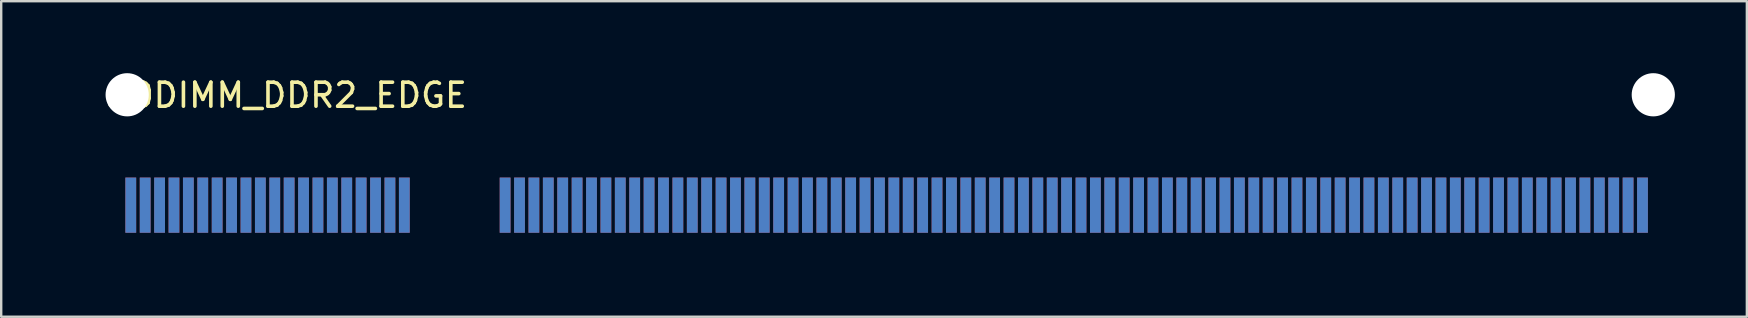
<source format=kicad_pcb>
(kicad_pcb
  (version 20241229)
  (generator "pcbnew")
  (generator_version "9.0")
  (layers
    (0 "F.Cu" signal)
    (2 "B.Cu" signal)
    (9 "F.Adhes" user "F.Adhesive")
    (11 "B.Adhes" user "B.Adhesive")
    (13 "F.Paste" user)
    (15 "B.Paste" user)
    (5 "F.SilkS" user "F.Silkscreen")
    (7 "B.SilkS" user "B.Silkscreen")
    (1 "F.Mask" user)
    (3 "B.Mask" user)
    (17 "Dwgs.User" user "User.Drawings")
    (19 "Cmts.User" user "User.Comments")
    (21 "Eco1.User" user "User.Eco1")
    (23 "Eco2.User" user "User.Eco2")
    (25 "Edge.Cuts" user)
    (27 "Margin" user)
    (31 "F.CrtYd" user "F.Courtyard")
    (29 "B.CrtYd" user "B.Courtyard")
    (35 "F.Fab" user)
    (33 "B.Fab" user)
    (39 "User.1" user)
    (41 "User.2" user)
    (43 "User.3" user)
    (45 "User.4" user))
  (footprint "SODIMM_DDR2_EDGE"
    (layer "F.Cu")
    (at 0.25 6.9)
    (property "Reference" "SODIMM_DDR2_EDGE" (at 8.63 -5.98 0) (layer "F.SilkS") (effects (font (size 1 1) (thickness 0.15))))
    (attr through_hole)
    (pad "" np_thru_hole circle (at 2 -6) (size 1.8 1.8) (drill 1.8) (layers "*.Cu" "*.Mask"))
    (pad "" np_thru_hole circle (at 65.6 -6) (size 1.8 1.8) (drill 1.8) (layers "*.Cu" "*.Mask"))
    (pad "1" smd rect (at 2.15 -1.4) (size 0.45 2.3) (layers "F.Cu" "F.Mask"))
    (pad "2" smd rect (at 2.15 -1.4 180) (size 0.45 2.3) (layers "B.Cu" "B.Mask"))
    (pad "3" smd rect (at 2.75 -1.4) (size 0.45 2.3) (layers "F.Cu" "F.Mask"))
    (pad "4" smd rect (at 2.75 -1.4 180) (size 0.45 2.3) (layers "B.Cu" "B.Mask"))
    (pad "5" smd rect (at 3.35 -1.4) (size 0.45 2.3) (layers "F.Cu" "F.Mask"))
    (pad "6" smd rect (at 3.35 -1.4 180) (size 0.45 2.3) (layers "B.Cu" "B.Mask"))
    (pad "7" smd rect (at 3.95 -1.4) (size 0.45 2.3) (layers "F.Cu" "F.Mask"))
    (pad "8" smd rect (at 3.95 -1.4 180) (size 0.45 2.3) (layers "B.Cu" "B.Mask"))
    (pad "9" smd rect (at 4.55 -1.4) (size 0.45 2.3) (layers "F.Cu" "F.Mask"))
    (pad "10" smd rect (at 4.55 -1.4 180) (size 0.45 2.3) (layers "B.Cu" "B.Mask"))
    (pad "11" smd rect (at 5.15 -1.4) (size 0.45 2.3) (layers "F.Cu" "F.Mask"))
    (pad "12" smd rect (at 5.15 -1.4 180) (size 0.45 2.3) (layers "B.Cu" "B.Mask"))
    (pad "13" smd rect (at 5.75 -1.4) (size 0.45 2.3) (layers "F.Cu" "F.Mask"))
    (pad "14" smd rect (at 5.75 -1.4 180) (size 0.45 2.3) (layers "B.Cu" "B.Mask"))
    (pad "15" smd rect (at 6.35 -1.4) (size 0.45 2.3) (layers "F.Cu" "F.Mask"))
    (pad "16" smd rect (at 6.35 -1.4 180) (size 0.45 2.3) (layers "B.Cu" "B.Mask"))
    (pad "17" smd rect (at 6.95 -1.4) (size 0.45 2.3) (layers "F.Cu" "F.Mask"))
    (pad "18" smd rect (at 6.95 -1.4 180) (size 0.45 2.3) (layers "B.Cu" "B.Mask"))
    (pad "19" smd rect (at 7.55 -1.4) (size 0.45 2.3) (layers "F.Cu" "F.Mask"))
    (pad "20" smd rect (at 7.55 -1.4 180) (size 0.45 2.3) (layers "B.Cu" "B.Mask"))
    (pad "21" smd rect (at 8.15 -1.4) (size 0.45 2.3) (layers "F.Cu" "F.Mask"))
    (pad "22" smd rect (at 8.15 -1.4 180) (size 0.45 2.3) (layers "B.Cu" "B.Mask"))
    (pad "23" smd rect (at 8.75 -1.4) (size 0.45 2.3) (layers "F.Cu" "F.Mask"))
    (pad "24" smd rect (at 8.75 -1.4 180) (size 0.45 2.3) (layers "B.Cu" "B.Mask"))
    (pad "25" smd rect (at 9.35 -1.4) (size 0.45 2.3) (layers "F.Cu" "F.Mask"))
    (pad "26" smd rect (at 9.35 -1.4 180) (size 0.45 2.3) (layers "B.Cu" "B.Mask"))
    (pad "27" smd rect (at 9.95 -1.4) (size 0.45 2.3) (layers "F.Cu" "F.Mask"))
    (pad "28" smd rect (at 9.95 -1.4 180) (size 0.45 2.3) (layers "B.Cu" "B.Mask"))
    (pad "29" smd rect (at 10.55 -1.4) (size 0.45 2.3) (layers "F.Cu" "F.Mask"))
    (pad "30" smd rect (at 10.55 -1.4 180) (size 0.45 2.3) (layers "B.Cu" "B.Mask"))
    (pad "31" smd rect (at 11.15 -1.4) (size 0.45 2.3) (layers "F.Cu" "F.Mask"))
    (pad "32" smd rect (at 11.15 -1.4 180) (size 0.45 2.3) (layers "B.Cu" "B.Mask"))
    (pad "33" smd rect (at 11.75 -1.4) (size 0.45 2.3) (layers "F.Cu" "F.Mask"))
    (pad "34" smd rect (at 11.75 -1.4 180) (size 0.45 2.3) (layers "B.Cu" "B.Mask"))
    (pad "35" smd rect (at 12.35 -1.4) (size 0.45 2.3) (layers "F.Cu" "F.Mask"))
    (pad "36" smd rect (at 12.35 -1.4 180) (size 0.45 2.3) (layers "B.Cu" "B.Mask"))
    (pad "37" smd rect (at 12.95 -1.4) (size 0.45 2.3) (layers "F.Cu" "F.Mask"))
    (pad "38" smd rect (at 12.95 -1.4 180) (size 0.45 2.3) (layers "B.Cu" "B.Mask"))
    (pad "39" smd rect (at 13.55 -1.4) (size 0.45 2.3) (layers "F.Cu" "F.Mask"))
    (pad "40" smd rect (at 13.55 -1.4 180) (size 0.45 2.3) (layers "B.Cu" "B.Mask"))
    (pad "41" smd rect (at 17.75 -1.4) (size 0.45 2.3) (layers "F.Cu" "F.Mask"))
    (pad "42" smd rect (at 17.75 -1.4 180) (size 0.45 2.3) (layers "B.Cu" "B.Mask"))
    (pad "43" smd rect (at 18.35 -1.4) (size 0.45 2.3) (layers "F.Cu" "F.Mask"))
    (pad "44" smd rect (at 18.35 -1.4 180) (size 0.45 2.3) (layers "B.Cu" "B.Mask"))
    (pad "45" smd rect (at 18.95 -1.4) (size 0.45 2.3) (layers "F.Cu" "F.Mask"))
    (pad "46" smd rect (at 18.95 -1.4 180) (size 0.45 2.3) (layers "B.Cu" "B.Mask"))
    (pad "47" smd rect (at 19.55 -1.4) (size 0.45 2.3) (layers "F.Cu" "F.Mask"))
    (pad "48" smd rect (at 19.55 -1.4 180) (size 0.45 2.3) (layers "B.Cu" "B.Mask"))
    (pad "49" smd rect (at 20.15 -1.4) (size 0.45 2.3) (layers "F.Cu" "F.Mask"))
    (pad "50" smd rect (at 20.15 -1.4 180) (size 0.45 2.3) (layers "B.Cu" "B.Mask"))
    (pad "51" smd rect (at 20.75 -1.4) (size 0.45 2.3) (layers "F.Cu" "F.Mask"))
    (pad "52" smd rect (at 20.75 -1.4 180) (size 0.45 2.3) (layers "B.Cu" "B.Mask"))
    (pad "53" smd rect (at 21.35 -1.4) (size 0.45 2.3) (layers "F.Cu" "F.Mask"))
    (pad "54" smd rect (at 21.35 -1.4 180) (size 0.45 2.3) (layers "B.Cu" "B.Mask"))
    (pad "55" smd rect (at 21.95 -1.4) (size 0.45 2.3) (layers "F.Cu" "F.Mask"))
    (pad "56" smd rect (at 21.95 -1.4 180) (size 0.45 2.3) (layers "B.Cu" "B.Mask"))
    (pad "57" smd rect (at 22.55 -1.4) (size 0.45 2.3) (layers "F.Cu" "F.Mask"))
    (pad "58" smd rect (at 22.55 -1.4 180) (size 0.45 2.3) (layers "B.Cu" "B.Mask"))
    (pad "59" smd rect (at 23.15 -1.4) (size 0.45 2.3) (layers "F.Cu" "F.Mask"))
    (pad "60" smd rect (at 23.15 -1.4 180) (size 0.45 2.3) (layers "B.Cu" "B.Mask"))
    (pad "61" smd rect (at 23.75 -1.4) (size 0.45 2.3) (layers "F.Cu" "F.Mask"))
    (pad "62" smd rect (at 23.75 -1.4) (size 0.45 2.3) (layers "B.Cu" "B.Mask"))
    (pad "63" smd rect (at 24.35 -1.4) (size 0.45 2.3) (layers "F.Cu" "F.Mask"))
    (pad "64" smd rect (at 24.35 -1.4 180) (size 0.45 2.3) (layers "B.Cu" "B.Mask"))
    (pad "65" smd rect (at 24.95 -1.4) (size 0.45 2.3) (layers "F.Cu" "F.Mask"))
    (pad "66" smd rect (at 24.95 -1.4 180) (size 0.45 2.3) (layers "B.Cu" "B.Mask"))
    (pad "67" smd rect (at 25.55 -1.4) (size 0.45 2.3) (layers "F.Cu" "F.Mask"))
    (pad "68" smd rect (at 25.55 -1.4 180) (size 0.45 2.3) (layers "B.Cu" "B.Mask"))
    (pad "69" smd rect (at 26.15 -1.4) (size 0.45 2.3) (layers "F.Cu" "F.Mask"))
    (pad "70" smd rect (at 26.15 -1.4 180) (size 0.45 2.3) (layers "B.Cu" "B.Mask"))
    (pad "71" smd rect (at 26.75 -1.4) (size 0.45 2.3) (layers "F.Cu" "F.Mask"))
    (pad "72" smd rect (at 26.75 -1.4 180) (size 0.45 2.3) (layers "B.Cu" "B.Mask"))
    (pad "73" smd rect (at 27.35 -1.4) (size 0.45 2.3) (layers "F.Cu" "F.Mask"))
    (pad "74" smd rect (at 27.35 -1.4 180) (size 0.45 2.3) (layers "B.Cu" "B.Mask"))
    (pad "75" smd rect (at 27.95 -1.4) (size 0.45 2.3) (layers "F.Cu" "F.Mask"))
    (pad "76" smd rect (at 27.95 -1.4 180) (size 0.45 2.3) (layers "B.Cu" "B.Mask"))
    (pad "77" smd rect (at 28.55 -1.4) (size 0.45 2.3) (layers "F.Cu" "F.Mask"))
    (pad "78" smd rect (at 28.55 -1.4 180) (size 0.45 2.3) (layers "B.Cu" "B.Mask"))
    (pad "79" smd rect (at 29.15 -1.4) (size 0.45 2.3) (layers "F.Cu" "F.Mask"))
    (pad "80" smd rect (at 29.15 -1.4 180) (size 0.45 2.3) (layers "B.Cu" "B.Mask"))
    (pad "81" smd rect (at 29.75 -1.4) (size 0.45 2.3) (layers "F.Cu" "F.Mask"))
    (pad "82" smd rect (at 29.75 -1.4 180) (size 0.45 2.3) (layers "B.Cu" "B.Mask"))
    (pad "83" smd rect (at 30.35 -1.4) (size 0.45 2.3) (layers "F.Cu" "F.Mask"))
    (pad "84" smd rect (at 30.35 -1.4 180) (size 0.45 2.3) (layers "B.Cu" "B.Mask"))
    (pad "85" smd rect (at 30.95 -1.4) (size 0.45 2.3) (layers "F.Cu" "F.Mask"))
    (pad "86" smd rect (at 30.95 -1.4 180) (size 0.45 2.3) (layers "B.Cu" "B.Mask"))
    (pad "87" smd rect (at 31.55 -1.4) (size 0.45 2.3) (layers "F.Cu" "F.Mask"))
    (pad "88" smd rect (at 31.55 -1.4 180) (size 0.45 2.3) (layers "B.Cu" "B.Mask"))
    (pad "89" smd rect (at 32.15 -1.4) (size 0.45 2.3) (layers "F.Cu" "F.Mask"))
    (pad "90" smd rect (at 32.15 -1.4 180) (size 0.45 2.3) (layers "B.Cu" "B.Mask"))
    (pad "91" smd rect (at 32.75 -1.4) (size 0.45 2.3) (layers "F.Cu" "F.Mask"))
    (pad "92" smd rect (at 32.75 -1.4 180) (size 0.45 2.3) (layers "B.Cu" "B.Mask"))
    (pad "93" smd rect (at 33.35 -1.4) (size 0.45 2.3) (layers "F.Cu" "F.Mask"))
    (pad "94" smd rect (at 33.35 -1.4 180) (size 0.45 2.3) (layers "B.Cu" "B.Mask"))
    (pad "95" smd rect (at 33.95 -1.4) (size 0.45 2.3) (layers "F.Cu" "F.Mask"))
    (pad "96" smd rect (at 33.95 -1.4 180) (size 0.45 2.3) (layers "B.Cu" "B.Mask"))
    (pad "97" smd rect (at 34.55 -1.4) (size 0.45 2.3) (layers "F.Cu" "F.Mask"))
    (pad "98" smd rect (at 34.55 -1.4 180) (size 0.45 2.3) (layers "B.Cu" "B.Mask"))
    (pad "99" smd rect (at 35.15 -1.4) (size 0.45 2.3) (layers "F.Cu" "F.Mask"))
    (pad "100" smd rect (at 35.15 -1.4 180) (size 0.45 2.3) (layers "B.Cu" "B.Mask"))
    (pad "101" smd rect (at 35.75 -1.4) (size 0.45 2.3) (layers "F.Cu" "F.Mask"))
    (pad "102" smd rect (at 35.75 -1.4 180) (size 0.45 2.3) (layers "B.Cu" "B.Mask"))
    (pad "103" smd rect (at 36.35 -1.4) (size 0.45 2.3) (layers "F.Cu" "F.Mask"))
    (pad "104" smd rect (at 36.35 -1.4 180) (size 0.45 2.3) (layers "B.Cu" "B.Mask"))
    (pad "105" smd rect (at 36.95 -1.4) (size 0.45 2.3) (layers "F.Cu" "F.Mask"))
    (pad "106" smd rect (at 36.95 -1.4 180) (size 0.45 2.3) (layers "B.Cu" "B.Mask"))
    (pad "107" smd rect (at 37.55 -1.4) (size 0.45 2.3) (layers "F.Cu" "F.Mask"))
    (pad "108" smd rect (at 37.55 -1.4 180) (size 0.45 2.3) (layers "B.Cu" "B.Mask"))
    (pad "109" smd rect (at 38.15 -1.4) (size 0.45 2.3) (layers "F.Cu" "F.Mask"))
    (pad "110" smd rect (at 38.15 -1.4 180) (size 0.45 2.3) (layers "B.Cu" "B.Mask"))
    (pad "111" smd rect (at 38.75 -1.4) (size 0.45 2.3) (layers "F.Cu" "F.Mask"))
    (pad "112" smd rect (at 38.75 -1.4 180) (size 0.45 2.3) (layers "B.Cu" "B.Mask"))
    (pad "113" smd rect (at 39.35 -1.4) (size 0.45 2.3) (layers "F.Cu" "F.Mask"))
    (pad "114" smd rect (at 39.35 -1.4 180) (size 0.45 2.3) (layers "B.Cu" "B.Mask"))
    (pad "115" smd rect (at 39.95 -1.4) (size 0.45 2.3) (layers "F.Cu" "F.Mask"))
    (pad "116" smd rect (at 39.95 -1.4 180) (size 0.45 2.3) (layers "B.Cu" "B.Mask"))
    (pad "117" smd rect (at 40.55 -1.4) (size 0.45 2.3) (layers "F.Cu" "F.Mask"))
    (pad "118" smd rect (at 40.55 -1.4 180) (size 0.45 2.3) (layers "B.Cu" "B.Mask"))
    (pad "119" smd rect (at 41.15 -1.4) (size 0.45 2.3) (layers "F.Cu" "F.Mask"))
    (pad "120" smd rect (at 41.15 -1.4 180) (size 0.45 2.3) (layers "B.Cu" "B.Mask"))
    (pad "121" smd rect (at 41.75 -1.4) (size 0.45 2.3) (layers "F.Cu" "F.Mask"))
    (pad "122" smd rect (at 41.75 -1.4 180) (size 0.45 2.3) (layers "B.Cu" "B.Mask"))
    (pad "123" smd rect (at 42.35 -1.4) (size 0.45 2.3) (layers "F.Cu" "F.Mask"))
    (pad "124" smd rect (at 42.35 -1.4 180) (size 0.45 2.3) (layers "B.Cu" "B.Mask"))
    (pad "125" smd rect (at 42.95 -1.4) (size 0.45 2.3) (layers "F.Cu" "F.Mask"))
    (pad "126" smd rect (at 42.95 -1.4 180) (size 0.45 2.3) (layers "B.Cu" "B.Mask"))
    (pad "127" smd rect (at 43.55 -1.4) (size 0.45 2.3) (layers "F.Cu" "F.Mask"))
    (pad "128" smd rect (at 43.55 -1.4 180) (size 0.45 2.3) (layers "B.Cu" "B.Mask"))
    (pad "129" smd rect (at 44.15 -1.4) (size 0.45 2.3) (layers "F.Cu" "F.Mask"))
    (pad "130" smd rect (at 44.15 -1.4 180) (size 0.45 2.3) (layers "B.Cu" "B.Mask"))
    (pad "131" smd rect (at 44.75 -1.4) (size 0.45 2.3) (layers "F.Cu" "F.Mask"))
    (pad "132" smd rect (at 44.75 -1.4 180) (size 0.45 2.3) (layers "B.Cu" "B.Mask"))
    (pad "133" smd rect (at 45.35 -1.4) (size 0.45 2.3) (layers "F.Cu" "F.Mask"))
    (pad "134" smd rect (at 45.35 -1.4 180) (size 0.45 2.3) (layers "B.Cu" "B.Mask"))
    (pad "135" smd rect (at 45.95 -1.4) (size 0.45 2.3) (layers "F.Cu" "F.Mask"))
    (pad "136" smd rect (at 45.95 -1.4 180) (size 0.45 2.3) (layers "B.Cu" "B.Mask"))
    (pad "137" smd rect (at 46.55 -1.4) (size 0.45 2.3) (layers "F.Cu" "F.Mask"))
    (pad "138" smd rect (at 46.55 -1.4 180) (size 0.45 2.3) (layers "B.Cu" "B.Mask"))
    (pad "139" smd rect (at 47.15 -1.4) (size 0.45 2.3) (layers "F.Cu" "F.Mask"))
    (pad "140" smd rect (at 47.15 -1.4 180) (size 0.45 2.3) (layers "B.Cu" "B.Mask"))
    (pad "141" smd rect (at 47.75 -1.4) (size 0.45 2.3) (layers "F.Cu" "F.Mask"))
    (pad "142" smd rect (at 47.75 -1.4 180) (size 0.45 2.3) (layers "B.Cu" "B.Mask"))
    (pad "143" smd rect (at 48.35 -1.4) (size 0.45 2.3) (layers "F.Cu" "F.Mask"))
    (pad "144" smd rect (at 48.35 -1.4 180) (size 0.45 2.3) (layers "B.Cu" "B.Mask"))
    (pad "145" smd rect (at 48.95 -1.4) (size 0.45 2.3) (layers "F.Cu" "F.Mask"))
    (pad "146" smd rect (at 48.95 -1.4 180) (size 0.45 2.3) (layers "B.Cu" "B.Mask"))
    (pad "147" smd rect (at 49.55 -1.4) (size 0.45 2.3) (layers "F.Cu" "F.Mask"))
    (pad "148" smd rect (at 49.55 -1.4 180) (size 0.45 2.3) (layers "B.Cu" "B.Mask"))
    (pad "149" smd rect (at 50.15 -1.4) (size 0.45 2.3) (layers "F.Cu" "F.Mask"))
    (pad "150" smd rect (at 50.15 -1.4 180) (size 0.45 2.3) (layers "B.Cu" "B.Mask"))
    (pad "151" smd rect (at 50.75 -1.4) (size 0.45 2.3) (layers "F.Cu" "F.Mask"))
    (pad "152" smd rect (at 50.75 -1.4 180) (size 0.45 2.3) (layers "B.Cu" "B.Mask"))
    (pad "153" smd rect (at 51.35 -1.4) (size 0.45 2.3) (layers "F.Cu" "F.Mask"))
    (pad "154" smd rect (at 51.35 -1.4 180) (size 0.45 2.3) (layers "B.Cu" "B.Mask"))
    (pad "155" smd rect (at 51.95 -1.4) (size 0.45 2.3) (layers "F.Cu" "F.Mask"))
    (pad "156" smd rect (at 51.95 -1.4 180) (size 0.45 2.3) (layers "B.Cu" "B.Mask"))
    (pad "157" smd rect (at 52.55 -1.4) (size 0.45 2.3) (layers "F.Cu" "F.Mask"))
    (pad "158" smd rect (at 52.55 -1.4 180) (size 0.45 2.3) (layers "B.Cu" "B.Mask"))
    (pad "159" smd rect (at 53.15 -1.4) (size 0.45 2.3) (layers "F.Cu" "F.Mask"))
    (pad "160" smd rect (at 53.15 -1.4 180) (size 0.45 2.3) (layers "B.Cu" "B.Mask"))
    (pad "161" smd rect (at 53.75 -1.4) (size 0.45 2.3) (layers "F.Cu" "F.Mask"))
    (pad "162" smd rect (at 53.75 -1.4 180) (size 0.45 2.3) (layers "B.Cu" "B.Mask"))
    (pad "163" smd rect (at 54.35 -1.4) (size 0.45 2.3) (layers "F.Cu" "F.Mask"))
    (pad "164" smd rect (at 54.35 -1.4 180) (size 0.45 2.3) (layers "B.Cu" "B.Mask"))
    (pad "165" smd rect (at 54.95 -1.4) (size 0.45 2.3) (layers "F.Cu" "F.Mask"))
    (pad "166" smd rect (at 54.95 -1.4 180) (size 0.45 2.3) (layers "B.Cu" "B.Mask"))
    (pad "167" smd rect (at 55.55 -1.4) (size 0.45 2.3) (layers "F.Cu" "F.Mask"))
    (pad "168" smd rect (at 55.55 -1.4 180) (size 0.45 2.3) (layers "B.Cu" "B.Mask"))
    (pad "169" smd rect (at 56.15 -1.4) (size 0.45 2.3) (layers "F.Cu" "F.Mask"))
    (pad "170" smd rect (at 56.15 -1.4 180) (size 0.45 2.3) (layers "B.Cu" "B.Mask"))
    (pad "171" smd rect (at 56.75 -1.4) (size 0.45 2.3) (layers "F.Cu" "F.Mask"))
    (pad "172" smd rect (at 56.75 -1.4 180) (size 0.45 2.3) (layers "B.Cu" "B.Mask"))
    (pad "173" smd rect (at 57.35 -1.4) (size 0.45 2.3) (layers "F.Cu" "F.Mask"))
    (pad "174" smd rect (at 57.35 -1.4 180) (size 0.45 2.3) (layers "B.Cu" "B.Mask"))
    (pad "175" smd rect (at 57.95 -1.4) (size 0.45 2.3) (layers "F.Cu" "F.Mask"))
    (pad "176" smd rect (at 57.95 -1.4 180) (size 0.45 2.3) (layers "B.Cu" "B.Mask"))
    (pad "177" smd rect (at 58.55 -1.4) (size 0.45 2.3) (layers "F.Cu" "F.Mask"))
    (pad "178" smd rect (at 58.55 -1.4 180) (size 0.45 2.3) (layers "B.Cu" "B.Mask"))
    (pad "179" smd rect (at 59.15 -1.4) (size 0.45 2.3) (layers "F.Cu" "F.Mask"))
    (pad "180" smd rect (at 59.15 -1.4 180) (size 0.45 2.3) (layers "B.Cu" "B.Mask"))
    (pad "181" smd rect (at 59.75 -1.4) (size 0.45 2.3) (layers "F.Cu" "F.Mask"))
    (pad "182" smd rect (at 59.75 -1.4 180) (size 0.45 2.3) (layers "B.Cu" "B.Mask"))
    (pad "183" smd rect (at 60.35 -1.4) (size 0.45 2.3) (layers "F.Cu" "F.Mask"))
    (pad "184" smd rect (at 60.35 -1.4 180) (size 0.45 2.3) (layers "B.Cu" "B.Mask"))
    (pad "185" smd rect (at 60.95 -1.4) (size 0.45 2.3) (layers "F.Cu" "F.Mask"))
    (pad "186" smd rect (at 60.95 -1.4 180) (size 0.45 2.3) (layers "B.Cu" "B.Mask"))
    (pad "187" smd rect (at 61.55 -1.4) (size 0.45 2.3) (layers "F.Cu" "F.Mask"))
    (pad "188" smd rect (at 61.55 -1.4 180) (size 0.45 2.3) (layers "B.Cu" "B.Mask"))
    (pad "189" smd rect (at 62.15 -1.4) (size 0.45 2.3) (layers "F.Cu" "F.Mask"))
    (pad "190" smd rect (at 62.15 -1.4 180) (size 0.45 2.3) (layers "B.Cu" "B.Mask"))
    (pad "191" smd rect (at 62.75 -1.4) (size 0.45 2.3) (layers "F.Cu" "F.Mask"))
    (pad "192" smd rect (at 62.75 -1.4 180) (size 0.45 2.3) (layers "B.Cu" "B.Mask"))
    (pad "193" smd rect (at 63.35 -1.4) (size 0.45 2.3) (layers "F.Cu" "F.Mask"))
    (pad "194" smd rect (at 63.35 -1.4 180) (size 0.45 2.3) (layers "B.Cu" "B.Mask"))
    (pad "195" smd rect (at 63.95 -1.4) (size 0.45 2.3) (layers "F.Cu" "F.Mask"))
    (pad "196" smd rect (at 63.95 -1.4 180) (size 0.45 2.3) (layers "B.Cu" "B.Mask"))
    (pad "197" smd rect (at 64.55 -1.4) (size 0.45 2.3) (layers "F.Cu" "F.Mask"))
    (pad "198" smd rect (at 64.55 -1.4 180) (size 0.45 2.3) (layers "B.Cu" "B.Mask"))
    (pad "199" smd rect (at 65.15 -1.4) (size 0.45 2.3) (layers "F.Cu" "F.Mask"))
    (pad "200" smd rect (at 65.15 -1.4 180) (size 0.45 2.3) (layers "B.Cu" "B.Mask")))
  (gr_rect
    (start -3 -3)
    (end 69.75 10.15)
    (stroke (width 0.1) (type default))
    (fill no)
    (layer "Edge.Cuts")))
</source>
